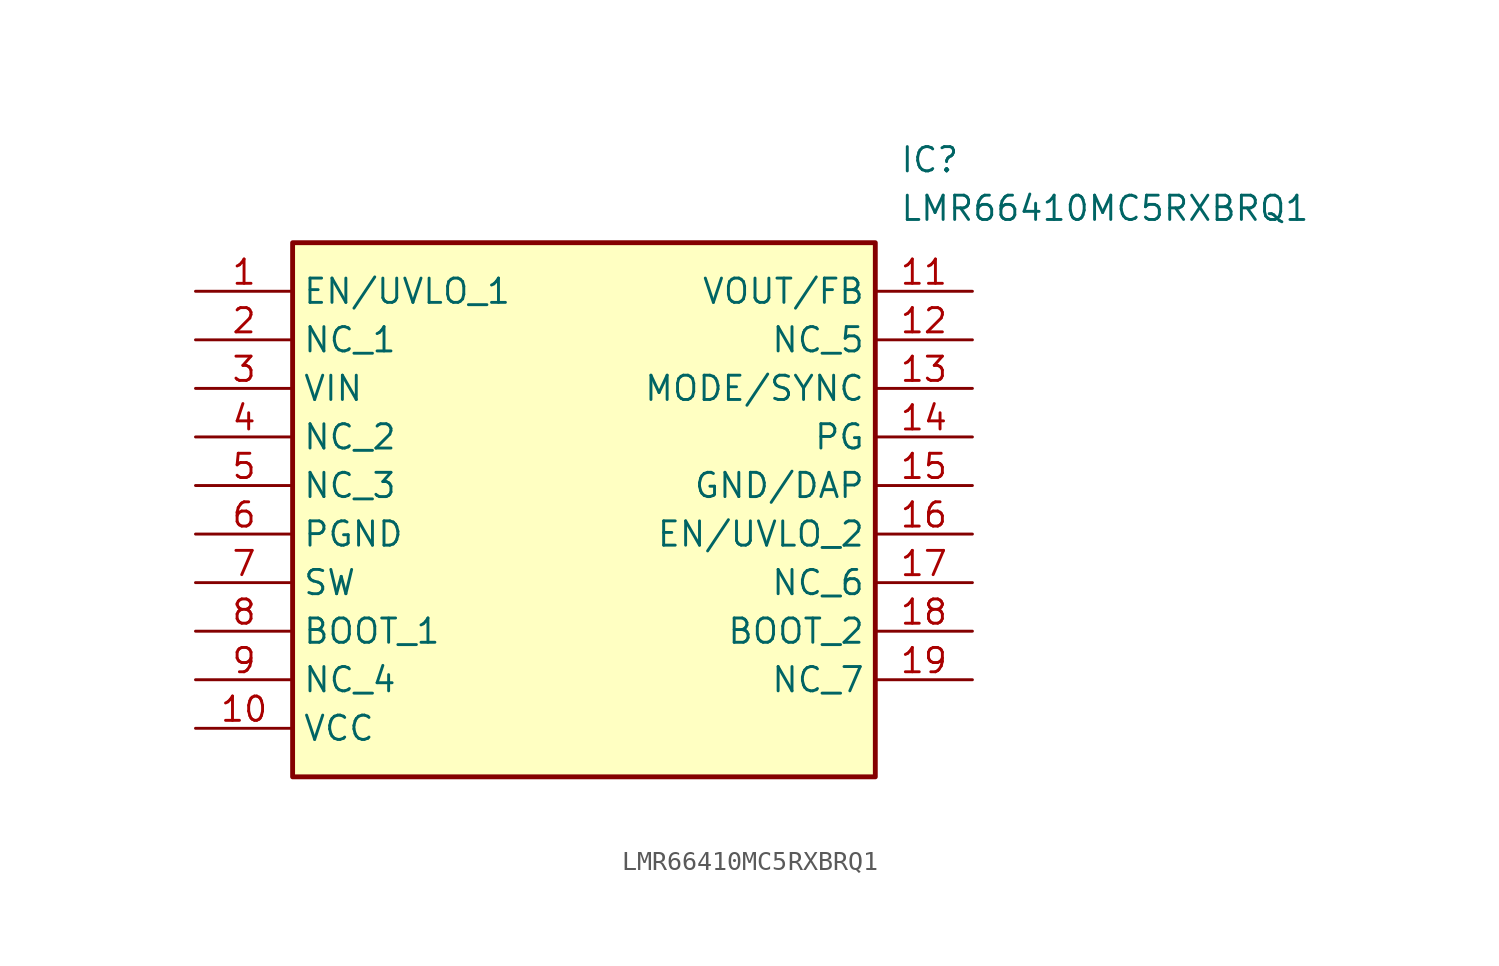
<source format=kicad_sym>
(kicad_symbol_lib
  (version 20211014)
  (generator SamacSys_ECAD_Model)
  (symbol "LMR66410MC5RXBRQ1"
    (property "Reference" "IC"
      (at 36.83 7.62 0)
      (effects (font (size 1.27 1.27)) (justify left top)))
    (property "Value" "LMR66410MC5RXBRQ1"
      (at 36.83 5.08 0)
      (effects (font (size 1.27 1.27)) (justify left top)))
    (rectangle
      (start 5.08 2.54)
      (end 35.56 -25.4)
      (stroke (width 0.254) (type default))
      (fill (type background)))
    (pin passive line
      (at 0 0 0)
      (length 5.08)
      (name "EN/UVLO_1" (effects (font (size 1.27 1.27))))
      (number "1" (effects (font (size 1.27 1.27)))))
    (pin passive line
      (at 0 -2.54 0)
      (length 5.08)
      (name "NC_1" (effects (font (size 1.27 1.27))))
      (number "2" (effects (font (size 1.27 1.27)))))
    (pin passive line
      (at 0 -5.08 0)
      (length 5.08)
      (name "VIN" (effects (font (size 1.27 1.27))))
      (number "3" (effects (font (size 1.27 1.27)))))
    (pin passive line
      (at 0 -7.62 0)
      (length 5.08)
      (name "NC_2" (effects (font (size 1.27 1.27))))
      (number "4" (effects (font (size 1.27 1.27)))))
    (pin passive line
      (at 0 -10.16 0)
      (length 5.08)
      (name "NC_3" (effects (font (size 1.27 1.27))))
      (number "5" (effects (font (size 1.27 1.27)))))
    (pin passive line
      (at 0 -12.7 0)
      (length 5.08)
      (name "PGND" (effects (font (size 1.27 1.27))))
      (number "6" (effects (font (size 1.27 1.27)))))
    (pin passive line
      (at 0 -15.24 0)
      (length 5.08)
      (name "SW" (effects (font (size 1.27 1.27))))
      (number "7" (effects (font (size 1.27 1.27)))))
    (pin passive line
      (at 0 -17.78 0)
      (length 5.08)
      (name "BOOT_1" (effects (font (size 1.27 1.27))))
      (number "8" (effects (font (size 1.27 1.27)))))
    (pin passive line
      (at 0 -20.32 0)
      (length 5.08)
      (name "NC_4" (effects (font (size 1.27 1.27))))
      (number "9" (effects (font (size 1.27 1.27)))))
    (pin passive line
      (at 0 -22.86 0)
      (length 5.08)
      (name "VCC" (effects (font (size 1.27 1.27))))
      (number "10" (effects (font (size 1.27 1.27)))))
    (pin passive line
      (at 40.64 0 180)
      (length 5.08)
      (name "VOUT/FB" (effects (font (size 1.27 1.27))))
      (number "11" (effects (font (size 1.27 1.27)))))
    (pin passive line
      (at 40.64 -2.54 180)
      (length 5.08)
      (name "NC_5" (effects (font (size 1.27 1.27))))
      (number "12" (effects (font (size 1.27 1.27)))))
    (pin passive line
      (at 40.64 -5.08 180)
      (length 5.08)
      (name "MODE/SYNC" (effects (font (size 1.27 1.27))))
      (number "13" (effects (font (size 1.27 1.27)))))
    (pin passive line
      (at 40.64 -7.62 180)
      (length 5.08)
      (name "PG" (effects (font (size 1.27 1.27))))
      (number "14" (effects (font (size 1.27 1.27)))))
    (pin passive line
      (at 40.64 -10.16 180)
      (length 5.08)
      (name "GND/DAP" (effects (font (size 1.27 1.27))))
      (number "15" (effects (font (size 1.27 1.27)))))
    (pin passive line
      (at 40.64 -12.7 180)
      (length 5.08)
      (name "EN/UVLO_2" (effects (font (size 1.27 1.27))))
      (number "16" (effects (font (size 1.27 1.27)))))
    (pin passive line
      (at 40.64 -15.24 180)
      (length 5.08)
      (name "NC_6" (effects (font (size 1.27 1.27))))
      (number "17" (effects (font (size 1.27 1.27)))))
    (pin passive line
      (at 40.64 -17.78 180)
      (length 5.08)
      (name "BOOT_2" (effects (font (size 1.27 1.27))))
      (number "18" (effects (font (size 1.27 1.27)))))
    (pin passive line
      (at 40.64 -20.32 180)
      (length 5.08)
      (name "NC_7" (effects (font (size 1.27 1.27))))
      (number "19" (effects (font (size 1.27 1.27)))))))
</source>
